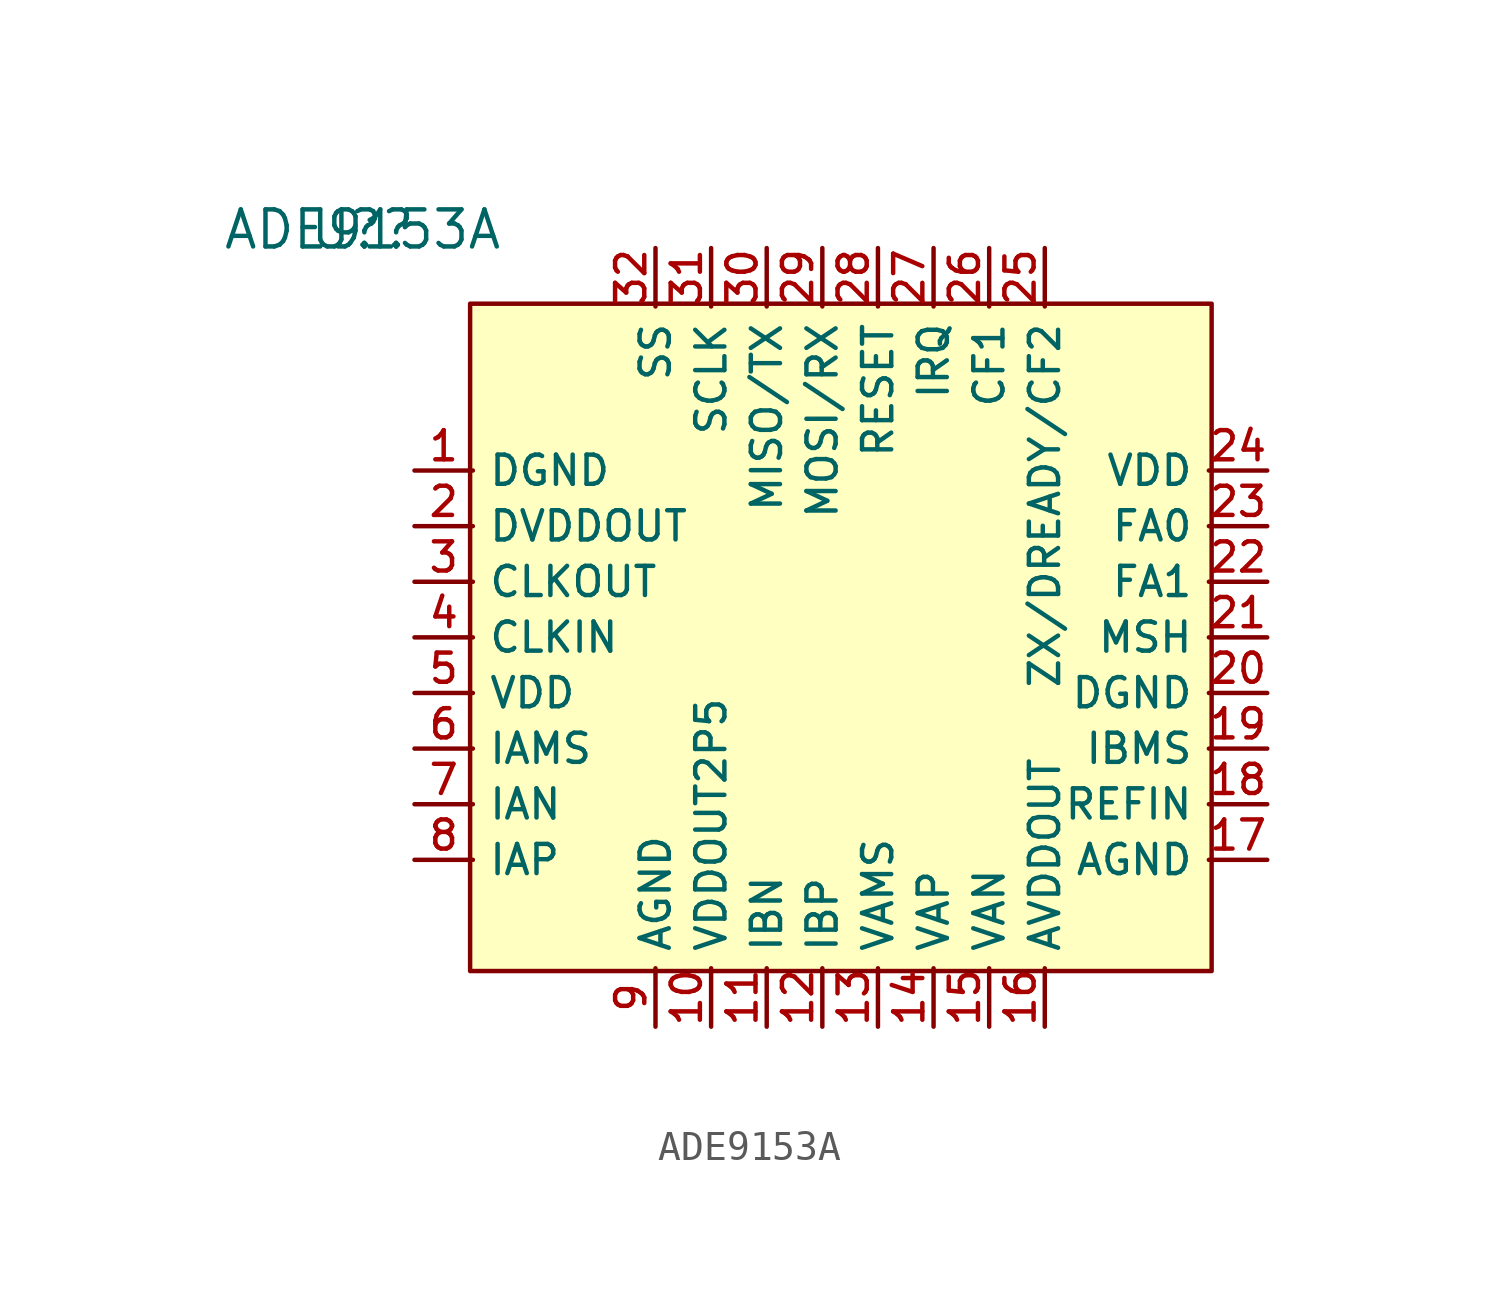
<source format=kicad_sym>
(kicad_symbol_lib
  (version 20220914)
  (generator kicad_symbol_editor)
  (symbol "ADE9153A"
    (property "Reference" "U?"
      (at -4.318 15.24 0)
      (effects (font (size 1.27 1.27))))
    (property "Value" "ADE9153A"
      (at -4.318 15.24 0)
      (effects (font (size 1.27 1.27))))
    (symbol "ADE9153A_0_1"
      (rectangle (start -0.635 12.7) (end 24.765 -10.16) (stroke (width 0) (type default)) (fill (type background))))
    (symbol "ADE9153A_1_1"
      (pin passive line (at -2.54 6.985 0) (length 2) (name "DGND" (effects (font (size 1 1)))) (number "1" (effects (font (size 1 1)))))
      (pin passive line (at 7.62 -12.065 90) (length 2) (name "VDDOUT2P5" (effects (font (size 1 1)))) (number "10" (effects (font (size 1 1)))))
      (pin passive line (at 9.525 -12.065 90) (length 2) (name "IBN" (effects (font (size 1 1)))) (number "11" (effects (font (size 1 1)))))
      (pin passive line (at 11.43 -12.065 90) (length 2) (name "IBP" (effects (font (size 1 1)))) (number "12" (effects (font (size 1 1)))))
      (pin passive line (at 13.335 -12.065 90) (length 2) (name "VAMS" (effects (font (size 1 1)))) (number "13" (effects (font (size 1 1)))))
      (pin passive line (at 15.24 -12.065 90) (length 2) (name "VAP" (effects (font (size 1 1)))) (number "14" (effects (font (size 1 1)))))
      (pin passive line (at 17.145 -12.065 90) (length 2) (name "VAN" (effects (font (size 1 1)))) (number "15" (effects (font (size 1 1)))))
      (pin passive line (at 19.05 -12.065 90) (length 2) (name "AVDDOUT" (effects (font (size 1 1)))) (number "16" (effects (font (size 1 1)))))
      (pin passive line (at 26.67 -6.35 180) (length 2) (name "AGND" (effects (font (size 1 1)))) (number "17" (effects (font (size 1 1)))))
      (pin passive line (at 26.67 -4.445 180) (length 2) (name "REFIN" (effects (font (size 1 1)))) (number "18" (effects (font (size 1 1)))))
      (pin passive line (at 26.67 -2.54 180) (length 2) (name "IBMS" (effects (font (size 1 1)))) (number "19" (effects (font (size 1 1)))))
      (pin passive line (at -2.54 5.08 0) (length 2) (name "DVDDOUT" (effects (font (size 1 1)))) (number "2" (effects (font (size 1 1)))))
      (pin passive line (at 26.67 -0.635 180) (length 2) (name "DGND" (effects (font (size 1 1)))) (number "20" (effects (font (size 1 1)))))
      (pin passive line (at 26.67 1.27 180) (length 2) (name "MSH" (effects (font (size 1 1)))) (number "21" (effects (font (size 1 1)))))
      (pin passive line (at 26.67 3.175 180) (length 2) (name "FA1" (effects (font (size 1 1)))) (number "22" (effects (font (size 1 1)))))
      (pin passive line (at 26.67 5.08 180) (length 2) (name "FA0" (effects (font (size 1 1)))) (number "23" (effects (font (size 1 1)))))
      (pin passive line (at 26.67 6.985 180) (length 2) (name "VDD" (effects (font (size 1 1)))) (number "24" (effects (font (size 1 1)))))
      (pin passive line (at 19.05 14.605 270) (length 2) (name "ZX/DREADY/CF2" (effects (font (size 1 1)))) (number "25" (effects (font (size 1 1)))))
      (pin passive line (at 17.145 14.605 270) (length 2) (name "CF1" (effects (font (size 1 1)))) (number "26" (effects (font (size 1 1)))))
      (pin passive line (at 15.24 14.605 270) (length 2) (name "IRQ" (effects (font (size 1 1)))) (number "27" (effects (font (size 1 1)))))
      (pin passive line (at 13.335 14.605 270) (length 2) (name "RESET" (effects (font (size 1 1)))) (number "28" (effects (font (size 1 1)))))
      (pin passive line (at 11.43 14.605 270) (length 2) (name "MOSI/RX" (effects (font (size 1 1)))) (number "29" (effects (font (size 1 1)))))
      (pin passive line (at -2.54 3.175 0) (length 2) (name "CLKOUT" (effects (font (size 1 1)))) (number "3" (effects (font (size 1 1)))))
      (pin passive line (at 9.525 14.605 270) (length 2) (name "MISO/TX" (effects (font (size 1 1)))) (number "30" (effects (font (size 1 1)))))
      (pin passive line (at 7.62 14.605 270) (length 2) (name "SCLK" (effects (font (size 1 1)))) (number "31" (effects (font (size 1 1)))))
      (pin passive line (at 5.715 14.605 270) (length 2) (name "SS" (effects (font (size 1 1)))) (number "32" (effects (font (size 1 1)))))
      (pin passive line (at -2.54 1.27 0) (length 2) (name "CLKIN" (effects (font (size 1 1)))) (number "4" (effects (font (size 1 1)))))
      (pin passive line (at -2.54 -0.635 0) (length 2) (name "VDD" (effects (font (size 1 1)))) (number "5" (effects (font (size 1 1)))))
      (pin passive line (at -2.54 -2.54 0) (length 2) (name "IAMS" (effects (font (size 1 1)))) (number "6" (effects (font (size 1 1)))))
      (pin passive line (at -2.54 -4.445 0) (length 2) (name "IAN" (effects (font (size 1 1)))) (number "7" (effects (font (size 1 1)))))
      (pin passive line (at -2.54 -6.35 0) (length 2) (name "IAP" (effects (font (size 1 1)))) (number "8" (effects (font (size 1 1)))))
      (pin passive line (at 5.715 -12.065 90) (length 2) (name "AGND" (effects (font (size 1 1)))) (number "9" (effects (font (size 1 1))))))))
</source>
